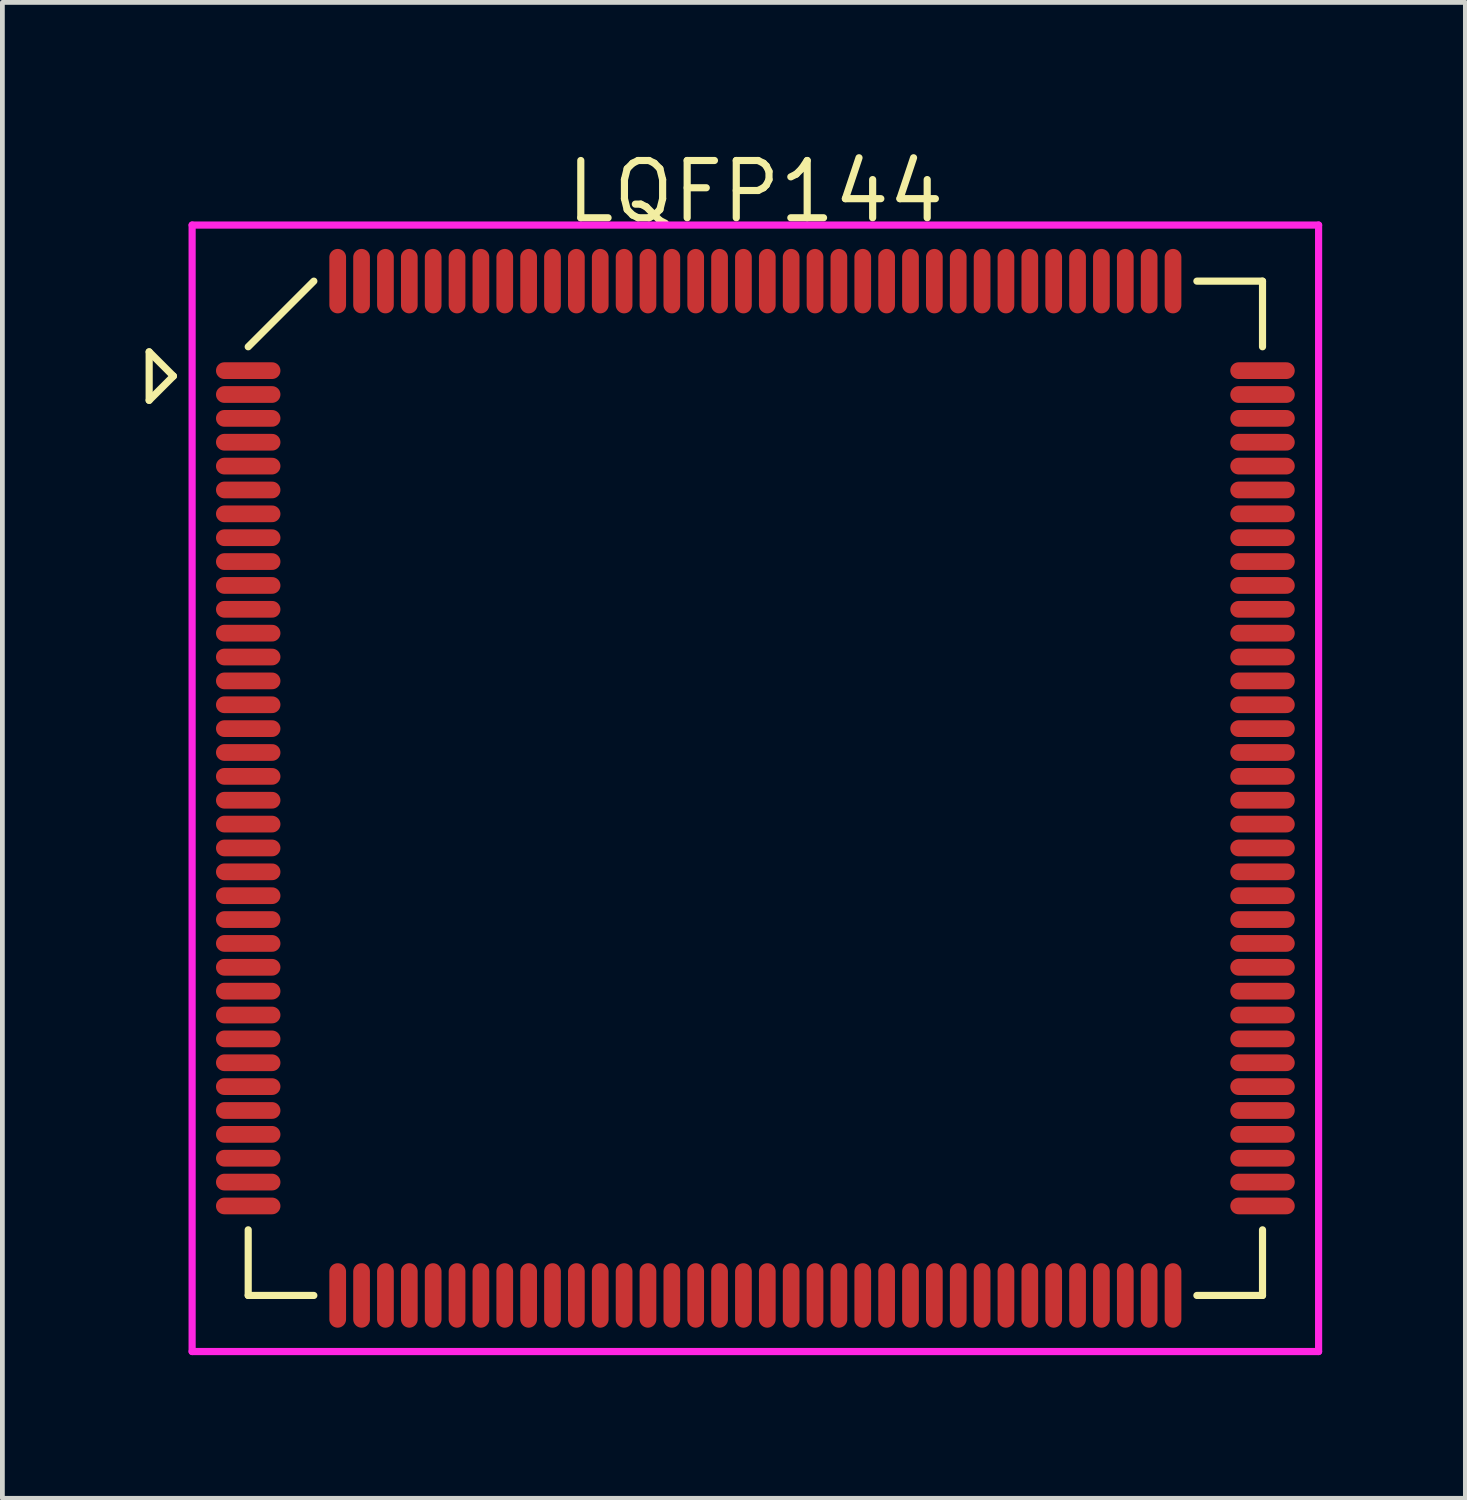
<source format=kicad_pcb>
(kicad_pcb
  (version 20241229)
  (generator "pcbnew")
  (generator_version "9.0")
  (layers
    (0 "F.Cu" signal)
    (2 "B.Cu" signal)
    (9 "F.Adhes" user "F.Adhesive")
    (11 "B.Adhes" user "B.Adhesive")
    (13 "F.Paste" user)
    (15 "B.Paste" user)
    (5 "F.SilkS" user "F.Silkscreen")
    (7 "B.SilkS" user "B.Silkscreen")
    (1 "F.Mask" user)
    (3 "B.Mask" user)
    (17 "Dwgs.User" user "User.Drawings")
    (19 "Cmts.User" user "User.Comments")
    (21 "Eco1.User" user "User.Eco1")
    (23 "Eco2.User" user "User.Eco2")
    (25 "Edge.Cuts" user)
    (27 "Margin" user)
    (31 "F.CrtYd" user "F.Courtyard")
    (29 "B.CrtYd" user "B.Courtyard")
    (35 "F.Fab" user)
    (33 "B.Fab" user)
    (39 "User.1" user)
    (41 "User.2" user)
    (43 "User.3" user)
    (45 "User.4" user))
  (footprint "LQFP144"
    (layer "F.Cu")
    (at 12.775 13.465)
    (property "Reference" "LQFP144" (at 0 -12.5 0) (layer "F.SilkS") (effects (font (size 1.2 1.2) (thickness 0.15))))
    (attr through_hole)
    (fp_line (start -12.7 -9.144) (end -12.7 -8.128) (stroke (width 0.15) (type solid)) (layer "F.SilkS"))
    (fp_line (start -12.7 -8.128) (end -12.192 -8.636) (stroke (width 0.15) (type solid)) (layer "F.SilkS"))
    (fp_line (start -12.192 -8.636) (end -12.7 -9.144) (stroke (width 0.15) (type solid)) (layer "F.SilkS"))
    (fp_line (start -10.625 -9.25) (end -9.25 -10.625) (stroke (width 0.15) (type solid)) (layer "F.SilkS"))
    (fp_line (start -10.625 10.625) (end -10.625 9.25) (stroke (width 0.15) (type solid)) (layer "F.SilkS"))
    (fp_line (start -9.25 10.625) (end -10.625 10.625) (stroke (width 0.15) (type solid)) (layer "F.SilkS"))
    (fp_line (start 9.25 -10.625) (end 10.625 -10.625) (stroke (width 0.15) (type solid)) (layer "F.SilkS"))
    (fp_line (start 9.25 10.625) (end 10.625 10.625) (stroke (width 0.15) (type solid)) (layer "F.SilkS"))
    (fp_line (start 10.625 -10.625) (end 10.625 -9.25) (stroke (width 0.15) (type solid)) (layer "F.SilkS"))
    (fp_line (start 10.625 10.625) (end 10.625 9.25) (stroke (width 0.15) (type solid)) (layer "F.SilkS"))
    (fp_line (start -11.8 -11.8) (end 11.8 -11.8) (stroke (width 0.15) (type solid)) (layer "F.CrtYd"))
    (fp_line (start -11.8 11.8) (end -11.8 -11.8) (stroke (width 0.15) (type solid)) (layer "F.CrtYd"))
    (fp_line (start 11.8 -11.8) (end 11.8 11.8) (stroke (width 0.15) (type solid)) (layer "F.CrtYd"))
    (fp_line (start 11.8 11.8) (end -11.8 11.8) (stroke (width 0.15) (type solid)) (layer "F.CrtYd"))
    (pad "1" smd oval (at -10.625 -8.75 90) (size 0.35 1.35) (layers "F.Cu" "F.Mask" "F.Paste"))
    (pad "2" smd oval (at -10.625 -8.25 90) (size 0.35 1.35) (layers "F.Cu" "F.Mask" "F.Paste"))
    (pad "3" smd oval (at -10.625 -7.75 90) (size 0.35 1.35) (layers "F.Cu" "F.Mask" "F.Paste"))
    (pad "4" smd oval (at -10.625 -7.25 90) (size 0.35 1.35) (layers "F.Cu" "F.Mask" "F.Paste"))
    (pad "5" smd oval (at -10.625 -6.75 90) (size 0.35 1.35) (layers "F.Cu" "F.Mask" "F.Paste"))
    (pad "6" smd oval (at -10.625 -6.25 90) (size 0.35 1.35) (layers "F.Cu" "F.Mask" "F.Paste"))
    (pad "7" smd oval (at -10.625 -5.75 90) (size 0.35 1.35) (layers "F.Cu" "F.Mask" "F.Paste"))
    (pad "8" smd oval (at -10.625 -5.25 90) (size 0.35 1.35) (layers "F.Cu" "F.Mask" "F.Paste"))
    (pad "9" smd oval (at -10.625 -4.75 90) (size 0.35 1.35) (layers "F.Cu" "F.Mask" "F.Paste"))
    (pad "10" smd oval (at -10.625 -4.25 90) (size 0.35 1.35) (layers "F.Cu" "F.Mask" "F.Paste"))
    (pad "11" smd oval (at -10.625 -3.75 90) (size 0.35 1.35) (layers "F.Cu" "F.Mask" "F.Paste"))
    (pad "12" smd oval (at -10.625 -3.25 90) (size 0.35 1.35) (layers "F.Cu" "F.Mask" "F.Paste"))
    (pad "13" smd oval (at -10.625 -2.75 90) (size 0.35 1.35) (layers "F.Cu" "F.Mask" "F.Paste"))
    (pad "14" smd oval (at -10.625 -2.25 90) (size 0.35 1.35) (layers "F.Cu" "F.Mask" "F.Paste"))
    (pad "15" smd oval (at -10.625 -1.75 90) (size 0.35 1.35) (layers "F.Cu" "F.Mask" "F.Paste"))
    (pad "16" smd oval (at -10.625 -1.25 90) (size 0.35 1.35) (layers "F.Cu" "F.Mask" "F.Paste"))
    (pad "17" smd oval (at -10.625 -0.75 90) (size 0.35 1.35) (layers "F.Cu" "F.Mask" "F.Paste"))
    (pad "18" smd oval (at -10.625 -0.25 90) (size 0.35 1.35) (layers "F.Cu" "F.Mask" "F.Paste"))
    (pad "19" smd oval (at -10.625 0.25 90) (size 0.35 1.35) (layers "F.Cu" "F.Mask" "F.Paste"))
    (pad "20" smd oval (at -10.625 0.75 90) (size 0.35 1.35) (layers "F.Cu" "F.Mask" "F.Paste"))
    (pad "21" smd oval (at -10.625 1.25 90) (size 0.35 1.35) (layers "F.Cu" "F.Mask" "F.Paste"))
    (pad "22" smd oval (at -10.625 1.75 90) (size 0.35 1.35) (layers "F.Cu" "F.Mask" "F.Paste"))
    (pad "23" smd oval (at -10.625 2.25 90) (size 0.35 1.35) (layers "F.Cu" "F.Mask" "F.Paste"))
    (pad "24" smd oval (at -10.625 2.75 90) (size 0.35 1.35) (layers "F.Cu" "F.Mask" "F.Paste"))
    (pad "25" smd oval (at -10.625 3.25 90) (size 0.35 1.35) (layers "F.Cu" "F.Mask" "F.Paste"))
    (pad "26" smd oval (at -10.625 3.75 90) (size 0.35 1.35) (layers "F.Cu" "F.Mask" "F.Paste"))
    (pad "27" smd oval (at -10.625 4.25 90) (size 0.35 1.35) (layers "F.Cu" "F.Mask" "F.Paste"))
    (pad "28" smd oval (at -10.625 4.75 90) (size 0.35 1.35) (layers "F.Cu" "F.Mask" "F.Paste"))
    (pad "29" smd oval (at -10.625 5.25 90) (size 0.35 1.35) (layers "F.Cu" "F.Mask" "F.Paste"))
    (pad "30" smd oval (at -10.625 5.75 90) (size 0.35 1.35) (layers "F.Cu" "F.Mask" "F.Paste"))
    (pad "31" smd oval (at -10.625 6.25 90) (size 0.35 1.35) (layers "F.Cu" "F.Mask" "F.Paste"))
    (pad "32" smd oval (at -10.625 6.75 90) (size 0.35 1.35) (layers "F.Cu" "F.Mask" "F.Paste"))
    (pad "33" smd oval (at -10.625 7.25 90) (size 0.35 1.35) (layers "F.Cu" "F.Mask" "F.Paste"))
    (pad "34" smd oval (at -10.625 7.75 90) (size 0.35 1.35) (layers "F.Cu" "F.Mask" "F.Paste"))
    (pad "35" smd oval (at -10.625 8.25 90) (size 0.35 1.35) (layers "F.Cu" "F.Mask" "F.Paste"))
    (pad "36" smd oval (at -10.625 8.75 90) (size 0.35 1.35) (layers "F.Cu" "F.Mask" "F.Paste"))
    (pad "37" smd oval (at -8.75 10.625) (size 0.35 1.35) (layers "F.Cu" "F.Mask" "F.Paste"))
    (pad "38" smd oval (at -8.25 10.625) (size 0.35 1.35) (layers "F.Cu" "F.Mask" "F.Paste"))
    (pad "39" smd oval (at -7.75 10.625) (size 0.35 1.35) (layers "F.Cu" "F.Mask" "F.Paste"))
    (pad "40" smd oval (at -7.25 10.625) (size 0.35 1.35) (layers "F.Cu" "F.Mask" "F.Paste"))
    (pad "41" smd oval (at -6.75 10.625) (size 0.35 1.35) (layers "F.Cu" "F.Mask" "F.Paste"))
    (pad "42" smd oval (at -6.25 10.625) (size 0.35 1.35) (layers "F.Cu" "F.Mask" "F.Paste"))
    (pad "43" smd oval (at -5.75 10.625) (size 0.35 1.35) (layers "F.Cu" "F.Mask" "F.Paste"))
    (pad "44" smd oval (at -5.25 10.625) (size 0.35 1.35) (layers "F.Cu" "F.Mask" "F.Paste"))
    (pad "45" smd oval (at -4.75 10.625) (size 0.35 1.35) (layers "F.Cu" "F.Mask" "F.Paste"))
    (pad "46" smd oval (at -4.25 10.625) (size 0.35 1.35) (layers "F.Cu" "F.Mask" "F.Paste"))
    (pad "47" smd oval (at -3.75 10.625) (size 0.35 1.35) (layers "F.Cu" "F.Mask" "F.Paste"))
    (pad "48" smd oval (at -3.25 10.625) (size 0.35 1.35) (layers "F.Cu" "F.Mask" "F.Paste"))
    (pad "49" smd oval (at -2.75 10.625) (size 0.35 1.35) (layers "F.Cu" "F.Mask" "F.Paste"))
    (pad "50" smd oval (at -2.25 10.625) (size 0.35 1.35) (layers "F.Cu" "F.Mask" "F.Paste"))
    (pad "51" smd oval (at -1.75 10.625) (size 0.35 1.35) (layers "F.Cu" "F.Mask" "F.Paste"))
    (pad "52" smd oval (at -1.25 10.625) (size 0.35 1.35) (layers "F.Cu" "F.Mask" "F.Paste"))
    (pad "53" smd oval (at -0.75 10.625) (size 0.35 1.35) (layers "F.Cu" "F.Mask" "F.Paste"))
    (pad "54" smd oval (at -0.25 10.625) (size 0.35 1.35) (layers "F.Cu" "F.Mask" "F.Paste"))
    (pad "55" smd oval (at 0.25 10.625) (size 0.35 1.35) (layers "F.Cu" "F.Mask" "F.Paste"))
    (pad "56" smd oval (at 0.75 10.625) (size 0.35 1.35) (layers "F.Cu" "F.Mask" "F.Paste"))
    (pad "57" smd oval (at 1.25 10.625) (size 0.35 1.35) (layers "F.Cu" "F.Mask" "F.Paste"))
    (pad "58" smd oval (at 1.75 10.625) (size 0.35 1.35) (layers "F.Cu" "F.Mask" "F.Paste"))
    (pad "59" smd oval (at 2.25 10.625) (size 0.35 1.35) (layers "F.Cu" "F.Mask" "F.Paste"))
    (pad "60" smd oval (at 2.75 10.625) (size 0.35 1.35) (layers "F.Cu" "F.Mask" "F.Paste"))
    (pad "61" smd oval (at 3.25 10.625) (size 0.35 1.35) (layers "F.Cu" "F.Mask" "F.Paste"))
    (pad "62" smd oval (at 3.75 10.625) (size 0.35 1.35) (layers "F.Cu" "F.Mask" "F.Paste"))
    (pad "63" smd oval (at 4.25 10.625) (size 0.35 1.35) (layers "F.Cu" "F.Mask" "F.Paste"))
    (pad "64" smd oval (at 4.75 10.625) (size 0.35 1.35) (layers "F.Cu" "F.Mask" "F.Paste"))
    (pad "65" smd oval (at 5.25 10.625) (size 0.35 1.35) (layers "F.Cu" "F.Mask" "F.Paste"))
    (pad "66" smd oval (at 5.75 10.625) (size 0.35 1.35) (layers "F.Cu" "F.Mask" "F.Paste"))
    (pad "67" smd oval (at 6.25 10.625) (size 0.35 1.35) (layers "F.Cu" "F.Mask" "F.Paste"))
    (pad "68" smd oval (at 6.75 10.625) (size 0.35 1.35) (layers "F.Cu" "F.Mask" "F.Paste"))
    (pad "69" smd oval (at 7.25 10.625) (size 0.35 1.35) (layers "F.Cu" "F.Mask" "F.Paste"))
    (pad "70" smd oval (at 7.75 10.625) (size 0.35 1.35) (layers "F.Cu" "F.Mask" "F.Paste"))
    (pad "71" smd oval (at 8.25 10.625) (size 0.35 1.35) (layers "F.Cu" "F.Mask" "F.Paste"))
    (pad "72" smd oval (at 8.75 10.625) (size 0.35 1.35) (layers "F.Cu" "F.Mask" "F.Paste"))
    (pad "73" smd oval (at 10.625 8.75 90) (size 0.35 1.35) (layers "F.Cu" "F.Mask" "F.Paste"))
    (pad "74" smd oval (at 10.625 8.25 90) (size 0.35 1.35) (layers "F.Cu" "F.Mask" "F.Paste"))
    (pad "75" smd oval (at 10.625 7.75 90) (size 0.35 1.35) (layers "F.Cu" "F.Mask" "F.Paste"))
    (pad "76" smd oval (at 10.625 7.25 90) (size 0.35 1.35) (layers "F.Cu" "F.Mask" "F.Paste"))
    (pad "77" smd oval (at 10.625 6.75 90) (size 0.35 1.35) (layers "F.Cu" "F.Mask" "F.Paste"))
    (pad "78" smd oval (at 10.625 6.25 90) (size 0.35 1.35) (layers "F.Cu" "F.Mask" "F.Paste"))
    (pad "79" smd oval (at 10.625 5.75 90) (size 0.35 1.35) (layers "F.Cu" "F.Mask" "F.Paste"))
    (pad "80" smd oval (at 10.625 5.25 90) (size 0.35 1.35) (layers "F.Cu" "F.Mask" "F.Paste"))
    (pad "81" smd oval (at 10.625 4.75 90) (size 0.35 1.35) (layers "F.Cu" "F.Mask" "F.Paste"))
    (pad "82" smd oval (at 10.625 4.25 90) (size 0.35 1.35) (layers "F.Cu" "F.Mask" "F.Paste"))
    (pad "83" smd oval (at 10.625 3.75 90) (size 0.35 1.35) (layers "F.Cu" "F.Mask" "F.Paste"))
    (pad "84" smd oval (at 10.625 3.25 90) (size 0.35 1.35) (layers "F.Cu" "F.Mask" "F.Paste"))
    (pad "85" smd oval (at 10.625 2.75 90) (size 0.35 1.35) (layers "F.Cu" "F.Mask" "F.Paste"))
    (pad "86" smd oval (at 10.625 2.25 90) (size 0.35 1.35) (layers "F.Cu" "F.Mask" "F.Paste"))
    (pad "87" smd oval (at 10.625 1.75 90) (size 0.35 1.35) (layers "F.Cu" "F.Mask" "F.Paste"))
    (pad "88" smd oval (at 10.625 1.25 90) (size 0.35 1.35) (layers "F.Cu" "F.Mask" "F.Paste"))
    (pad "89" smd oval (at 10.625 0.75 90) (size 0.35 1.35) (layers "F.Cu" "F.Mask" "F.Paste"))
    (pad "90" smd oval (at 10.625 0.25 90) (size 0.35 1.35) (layers "F.Cu" "F.Mask" "F.Paste"))
    (pad "91" smd oval (at 10.625 -0.25 90) (size 0.35 1.35) (layers "F.Cu" "F.Mask" "F.Paste"))
    (pad "92" smd oval (at 10.625 -0.75 90) (size 0.35 1.35) (layers "F.Cu" "F.Mask" "F.Paste"))
    (pad "93" smd oval (at 10.625 -1.25 90) (size 0.35 1.35) (layers "F.Cu" "F.Mask" "F.Paste"))
    (pad "94" smd oval (at 10.625 -1.75 90) (size 0.35 1.35) (layers "F.Cu" "F.Mask" "F.Paste"))
    (pad "95" smd oval (at 10.625 -2.25 90) (size 0.35 1.35) (layers "F.Cu" "F.Mask" "F.Paste"))
    (pad "96" smd oval (at 10.625 -2.75 90) (size 0.35 1.35) (layers "F.Cu" "F.Mask" "F.Paste"))
    (pad "97" smd oval (at 10.625 -3.25 90) (size 0.35 1.35) (layers "F.Cu" "F.Mask" "F.Paste"))
    (pad "98" smd oval (at 10.625 -3.75 90) (size 0.35 1.35) (layers "F.Cu" "F.Mask" "F.Paste"))
    (pad "99" smd oval (at 10.625 -4.25 90) (size 0.35 1.35) (layers "F.Cu" "F.Mask" "F.Paste"))
    (pad "100" smd oval (at 10.625 -4.75 90) (size 0.35 1.35) (layers "F.Cu" "F.Mask" "F.Paste"))
    (pad "101" smd oval (at 10.625 -5.25 90) (size 0.35 1.35) (layers "F.Cu" "F.Mask" "F.Paste"))
    (pad "102" smd oval (at 10.625 -5.75 90) (size 0.35 1.35) (layers "F.Cu" "F.Mask" "F.Paste"))
    (pad "103" smd oval (at 10.625 -6.25 90) (size 0.35 1.35) (layers "F.Cu" "F.Mask" "F.Paste"))
    (pad "104" smd oval (at 10.625 -6.75 90) (size 0.35 1.35) (layers "F.Cu" "F.Mask" "F.Paste"))
    (pad "105" smd oval (at 10.625 -7.25 90) (size 0.35 1.35) (layers "F.Cu" "F.Mask" "F.Paste"))
    (pad "106" smd oval (at 10.625 -7.75 90) (size 0.35 1.35) (layers "F.Cu" "F.Mask" "F.Paste"))
    (pad "107" smd oval (at 10.625 -8.25 90) (size 0.35 1.35) (layers "F.Cu" "F.Mask" "F.Paste"))
    (pad "108" smd oval (at 10.625 -8.75 90) (size 0.35 1.35) (layers "F.Cu" "F.Mask" "F.Paste"))
    (pad "109" smd oval (at 8.75 -10.625) (size 0.35 1.35) (layers "F.Cu" "F.Mask" "F.Paste"))
    (pad "110" smd oval (at 8.25 -10.625) (size 0.35 1.35) (layers "F.Cu" "F.Mask" "F.Paste"))
    (pad "111" smd oval (at 7.75 -10.625) (size 0.35 1.35) (layers "F.Cu" "F.Mask" "F.Paste"))
    (pad "112" smd oval (at 7.25 -10.625) (size 0.35 1.35) (layers "F.Cu" "F.Mask" "F.Paste"))
    (pad "113" smd oval (at 6.75 -10.625) (size 0.35 1.35) (layers "F.Cu" "F.Mask" "F.Paste"))
    (pad "114" smd oval (at 6.25 -10.625) (size 0.35 1.35) (layers "F.Cu" "F.Mask" "F.Paste"))
    (pad "115" smd oval (at 5.75 -10.625) (size 0.35 1.35) (layers "F.Cu" "F.Mask" "F.Paste"))
    (pad "116" smd oval (at 5.25 -10.625) (size 0.35 1.35) (layers "F.Cu" "F.Mask" "F.Paste"))
    (pad "117" smd oval (at 4.75 -10.625) (size 0.35 1.35) (layers "F.Cu" "F.Mask" "F.Paste"))
    (pad "118" smd oval (at 4.25 -10.625) (size 0.35 1.35) (layers "F.Cu" "F.Mask" "F.Paste"))
    (pad "119" smd oval (at 3.75 -10.625) (size 0.35 1.35) (layers "F.Cu" "F.Mask" "F.Paste"))
    (pad "120" smd oval (at 3.25 -10.625) (size 0.35 1.35) (layers "F.Cu" "F.Mask" "F.Paste"))
    (pad "121" smd oval (at 2.75 -10.625) (size 0.35 1.35) (layers "F.Cu" "F.Mask" "F.Paste"))
    (pad "122" smd oval (at 2.25 -10.625) (size 0.35 1.35) (layers "F.Cu" "F.Mask" "F.Paste"))
    (pad "123" smd oval (at 1.75 -10.625) (size 0.35 1.35) (layers "F.Cu" "F.Mask" "F.Paste"))
    (pad "124" smd oval (at 1.25 -10.625) (size 0.35 1.35) (layers "F.Cu" "F.Mask" "F.Paste"))
    (pad "125" smd oval (at 0.75 -10.625) (size 0.35 1.35) (layers "F.Cu" "F.Mask" "F.Paste"))
    (pad "126" smd oval (at 0.25 -10.625) (size 0.35 1.35) (layers "F.Cu" "F.Mask" "F.Paste"))
    (pad "127" smd oval (at -0.25 -10.625) (size 0.35 1.35) (layers "F.Cu" "F.Mask" "F.Paste"))
    (pad "128" smd oval (at -0.75 -10.625) (size 0.35 1.35) (layers "F.Cu" "F.Mask" "F.Paste"))
    (pad "129" smd oval (at -1.25 -10.625) (size 0.35 1.35) (layers "F.Cu" "F.Mask" "F.Paste"))
    (pad "130" smd oval (at -1.75 -10.625) (size 0.35 1.35) (layers "F.Cu" "F.Mask" "F.Paste"))
    (pad "131" smd oval (at -2.25 -10.625) (size 0.35 1.35) (layers "F.Cu" "F.Mask" "F.Paste"))
    (pad "132" smd oval (at -2.75 -10.625) (size 0.35 1.35) (layers "F.Cu" "F.Mask" "F.Paste"))
    (pad "133" smd oval (at -3.25 -10.625) (size 0.35 1.35) (layers "F.Cu" "F.Mask" "F.Paste"))
    (pad "134" smd oval (at -3.75 -10.625) (size 0.35 1.35) (layers "F.Cu" "F.Mask" "F.Paste"))
    (pad "135" smd oval (at -4.25 -10.625) (size 0.35 1.35) (layers "F.Cu" "F.Mask" "F.Paste"))
    (pad "136" smd oval (at -4.75 -10.625) (size 0.35 1.35) (layers "F.Cu" "F.Mask" "F.Paste"))
    (pad "137" smd oval (at -5.25 -10.625) (size 0.35 1.35) (layers "F.Cu" "F.Mask" "F.Paste"))
    (pad "138" smd oval (at -5.75 -10.625) (size 0.35 1.35) (layers "F.Cu" "F.Mask" "F.Paste"))
    (pad "139" smd oval (at -6.25 -10.625) (size 0.35 1.35) (layers "F.Cu" "F.Mask" "F.Paste"))
    (pad "140" smd oval (at -6.75 -10.625) (size 0.35 1.35) (layers "F.Cu" "F.Mask" "F.Paste"))
    (pad "141" smd oval (at -7.25 -10.625) (size 0.35 1.35) (layers "F.Cu" "F.Mask" "F.Paste"))
    (pad "142" smd oval (at -7.75 -10.625) (size 0.35 1.35) (layers "F.Cu" "F.Mask" "F.Paste"))
    (pad "143" smd oval (at -8.25 -10.625) (size 0.35 1.35) (layers "F.Cu" "F.Mask" "F.Paste"))
    (pad "144" smd oval (at -8.75 -10.625) (size 0.35 1.35) (layers "F.Cu" "F.Mask" "F.Paste")))
  (gr_rect
    (start -3 -3)
    (end 27.65 28.34)
    (stroke (width 0.1) (type default))
    (fill no)
    (layer "Edge.Cuts")))
</source>
